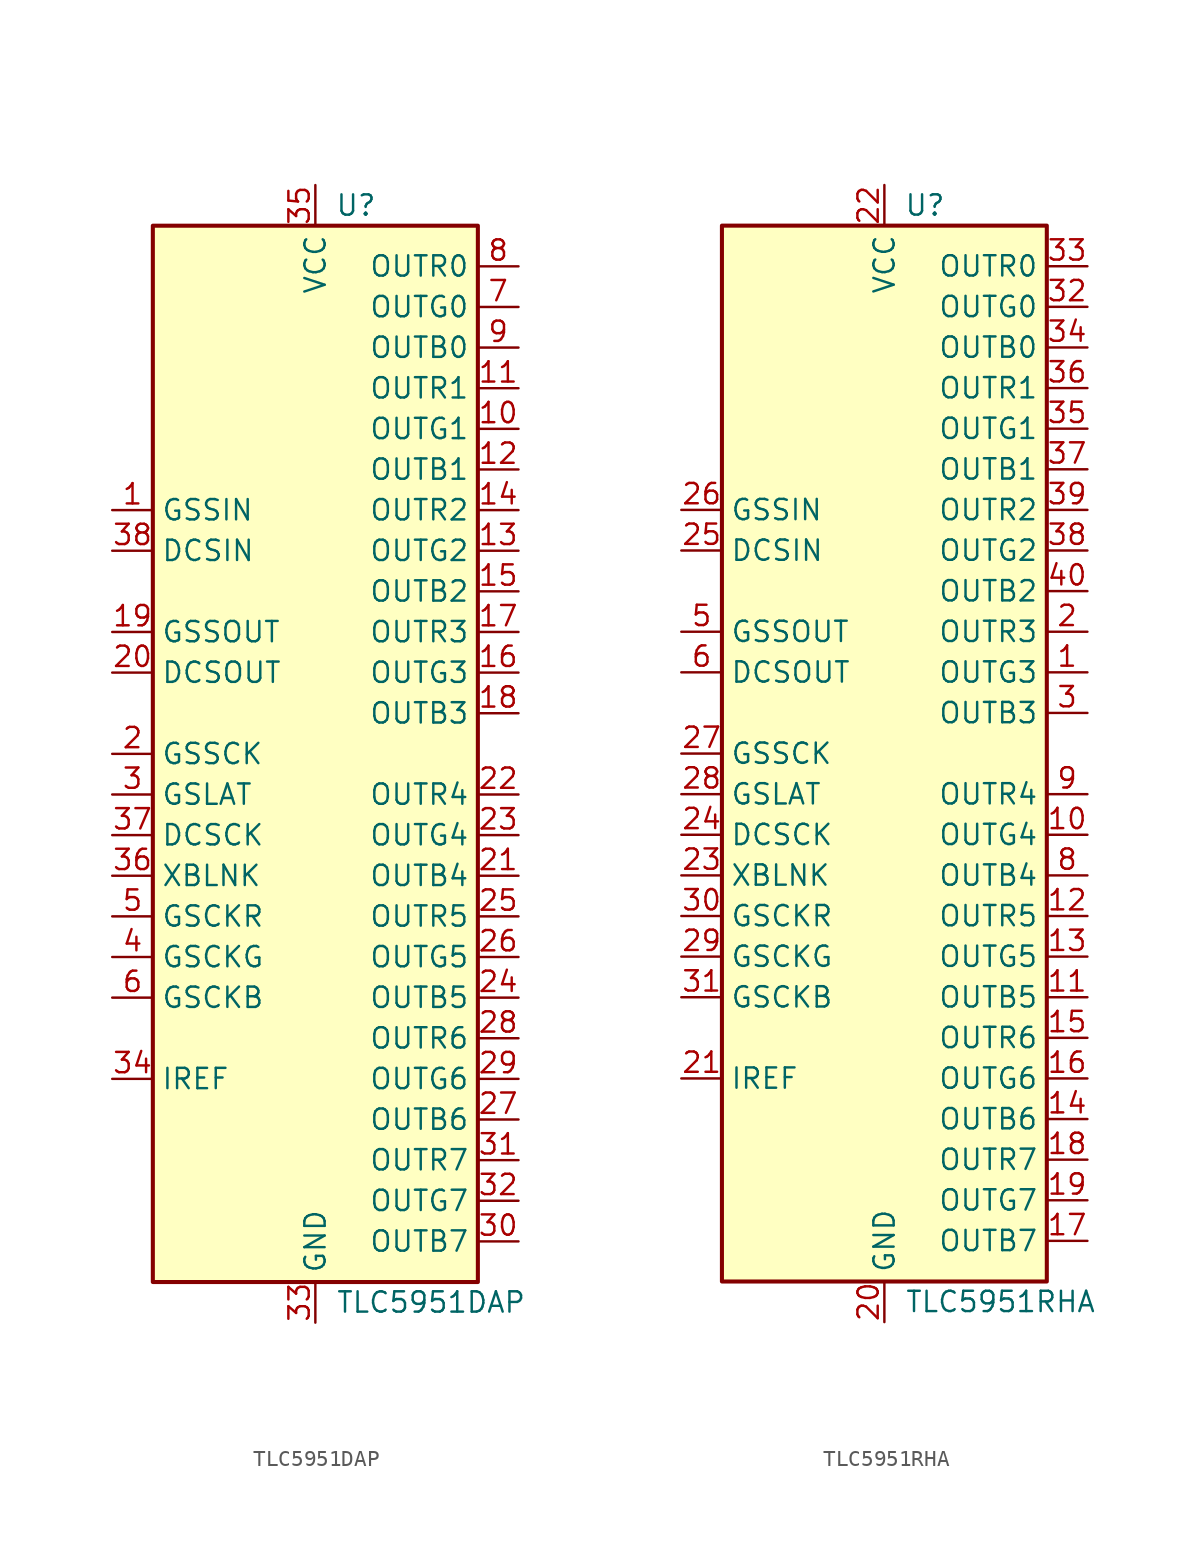
<source format=kicad_sym>
(kicad_symbol_lib
  (version 20211014)
  (generator kicad_symbol_editor)
  (symbol "TLC5951DAP"
    (property "Reference" "U"
      (at 2.54 34.29 0)
      (effects (font (size 1.27 1.27))))
    (property "Value" "TLC5951DAP"
      (at 1.27 -34.29 0)
      (effects (font (size 1.27 1.27)) (justify left)))
    (symbol "TLC5951DAP_0_1"
      (rectangle (start -10.16 33.02) (end 10.16 -33.02) (stroke (width 0.254) (type default) (color 0 0 0 0)) (fill (type background)))
      (pin input line (at -12.7 15.24 0) (length 2.54) (name "GSSIN" (effects (font (size 1.27 1.27)))) (number "1" (effects (font (size 1.27 1.27)))))
      (pin open_collector line (at 12.7 20.32 180) (length 2.54) (name "OUTG1" (effects (font (size 1.27 1.27)))) (number "10" (effects (font (size 1.27 1.27)))))
      (pin open_collector line (at 12.7 22.86 180) (length 2.54) (name "OUTR1" (effects (font (size 1.27 1.27)))) (number "11" (effects (font (size 1.27 1.27)))))
      (pin open_collector line (at 12.7 17.78 180) (length 2.54) (name "OUTB1" (effects (font (size 1.27 1.27)))) (number "12" (effects (font (size 1.27 1.27)))))
      (pin open_collector line (at 12.7 12.7 180) (length 2.54) (name "OUTG2" (effects (font (size 1.27 1.27)))) (number "13" (effects (font (size 1.27 1.27)))))
      (pin open_collector line (at 12.7 15.24 180) (length 2.54) (name "OUTR2" (effects (font (size 1.27 1.27)))) (number "14" (effects (font (size 1.27 1.27)))))
      (pin open_collector line (at 12.7 10.16 180) (length 2.54) (name "OUTB2" (effects (font (size 1.27 1.27)))) (number "15" (effects (font (size 1.27 1.27)))))
      (pin open_collector line (at 12.7 5.08 180) (length 2.54) (name "OUTG3" (effects (font (size 1.27 1.27)))) (number "16" (effects (font (size 1.27 1.27)))))
      (pin open_collector line (at 12.7 7.62 180) (length 2.54) (name "OUTR3" (effects (font (size 1.27 1.27)))) (number "17" (effects (font (size 1.27 1.27)))))
      (pin open_collector line (at 12.7 2.54 180) (length 2.54) (name "OUTB3" (effects (font (size 1.27 1.27)))) (number "18" (effects (font (size 1.27 1.27)))))
      (pin input line (at -12.7 0 0) (length 2.54) (name "GSSCK" (effects (font (size 1.27 1.27)))) (number "2" (effects (font (size 1.27 1.27)))))
      (pin open_collector line (at 12.7 -7.62 180) (length 2.54) (name "OUTB4" (effects (font (size 1.27 1.27)))) (number "21" (effects (font (size 1.27 1.27)))))
      (pin open_collector line (at 12.7 -2.54 180) (length 2.54) (name "OUTR4" (effects (font (size 1.27 1.27)))) (number "22" (effects (font (size 1.27 1.27)))))
      (pin open_collector line (at 12.7 -5.08 180) (length 2.54) (name "OUTG4" (effects (font (size 1.27 1.27)))) (number "23" (effects (font (size 1.27 1.27)))))
      (pin open_collector line (at 12.7 -15.24 180) (length 2.54) (name "OUTB5" (effects (font (size 1.27 1.27)))) (number "24" (effects (font (size 1.27 1.27)))))
      (pin open_collector line (at 12.7 -10.16 180) (length 2.54) (name "OUTR5" (effects (font (size 1.27 1.27)))) (number "25" (effects (font (size 1.27 1.27)))))
      (pin open_collector line (at 12.7 -12.7 180) (length 2.54) (name "OUTG5" (effects (font (size 1.27 1.27)))) (number "26" (effects (font (size 1.27 1.27)))))
      (pin open_collector line (at 12.7 -22.86 180) (length 2.54) (name "OUTB6" (effects (font (size 1.27 1.27)))) (number "27" (effects (font (size 1.27 1.27)))))
      (pin open_collector line (at 12.7 -17.78 180) (length 2.54) (name "OUTR6" (effects (font (size 1.27 1.27)))) (number "28" (effects (font (size 1.27 1.27)))))
      (pin open_collector line (at 12.7 -20.32 180) (length 2.54) (name "OUTG6" (effects (font (size 1.27 1.27)))) (number "29" (effects (font (size 1.27 1.27)))))
      (pin input line (at -12.7 -2.54 0) (length 2.54) (name "GSLAT" (effects (font (size 1.27 1.27)))) (number "3" (effects (font (size 1.27 1.27)))))
      (pin open_collector line (at 12.7 -30.48 180) (length 2.54) (name "OUTB7" (effects (font (size 1.27 1.27)))) (number "30" (effects (font (size 1.27 1.27)))))
      (pin open_collector line (at 12.7 -25.4 180) (length 2.54) (name "OUTR7" (effects (font (size 1.27 1.27)))) (number "31" (effects (font (size 1.27 1.27)))))
      (pin open_collector line (at 12.7 -27.94 180) (length 2.54) (name "OUTG7" (effects (font (size 1.27 1.27)))) (number "32" (effects (font (size 1.27 1.27)))))
      (pin power_in line (at 0 -35.56 90) (length 2.54) (name "GND" (effects (font (size 1.27 1.27)))) (number "33" (effects (font (size 1.27 1.27)))))
      (pin passive line (at -12.7 -20.32 0) (length 2.54) (name "IREF" (effects (font (size 1.27 1.27)))) (number "34" (effects (font (size 1.27 1.27)))))
      (pin power_in line (at 0 35.56 270) (length 2.54) (name "VCC" (effects (font (size 1.27 1.27)))) (number "35" (effects (font (size 1.27 1.27)))))
      (pin input line (at -12.7 -7.62 0) (length 2.54) (name "XBLNK" (effects (font (size 1.27 1.27)))) (number "36" (effects (font (size 1.27 1.27)))))
      (pin input line (at -12.7 -5.08 0) (length 2.54) (name "DCSCK" (effects (font (size 1.27 1.27)))) (number "37" (effects (font (size 1.27 1.27)))))
      (pin input line (at -12.7 12.7 0) (length 2.54) (name "DCSIN" (effects (font (size 1.27 1.27)))) (number "38" (effects (font (size 1.27 1.27)))))
      (pin passive line (at 0 -35.56 90) (length 2.54) hide (name "GND" (effects (font (size 1.27 1.27)))) (number "39" (effects (font (size 1.27 1.27)))))
      (pin input line (at -12.7 -12.7 0) (length 2.54) (name "GSCKG" (effects (font (size 1.27 1.27)))) (number "4" (effects (font (size 1.27 1.27)))))
      (pin input line (at -12.7 -10.16 0) (length 2.54) (name "GSCKR" (effects (font (size 1.27 1.27)))) (number "5" (effects (font (size 1.27 1.27)))))
      (pin input line (at -12.7 -15.24 0) (length 2.54) (name "GSCKB" (effects (font (size 1.27 1.27)))) (number "6" (effects (font (size 1.27 1.27)))))
      (pin open_collector line (at 12.7 27.94 180) (length 2.54) (name "OUTG0" (effects (font (size 1.27 1.27)))) (number "7" (effects (font (size 1.27 1.27)))))
      (pin open_collector line (at 12.7 30.48 180) (length 2.54) (name "OUTR0" (effects (font (size 1.27 1.27)))) (number "8" (effects (font (size 1.27 1.27)))))
      (pin open_collector line (at 12.7 25.4 180) (length 2.54) (name "OUTB0" (effects (font (size 1.27 1.27)))) (number "9" (effects (font (size 1.27 1.27))))))
    (symbol "TLC5951DAP_1_1"
      (pin output line (at -12.7 7.62 0) (length 2.54) (name "GSSOUT" (effects (font (size 1.27 1.27)))) (number "19" (effects (font (size 1.27 1.27)))))
      (pin output line (at -12.7 5.08 0) (length 2.54) (name "DCSOUT" (effects (font (size 1.27 1.27)))) (number "20" (effects (font (size 1.27 1.27)))))))
  (symbol "TLC5951RHA"
    (property "Reference" "U"
      (at 2.54 34.29 0)
      (effects (font (size 1.27 1.27))))
    (property "Value" "TLC5951RHA"
      (at 1.27 -34.29 0)
      (effects (font (size 1.27 1.27)) (justify left)))
    (symbol "TLC5951RHA_0_1"
      (rectangle (start -10.16 33.02) (end 10.16 -33.02) (stroke (width 0.254) (type default) (color 0 0 0 0)) (fill (type background)))
      (pin open_collector line (at 12.7 5.08 180) (length 2.54) (name "OUTG3" (effects (font (size 1.27 1.27)))) (number "1" (effects (font (size 1.27 1.27)))))
      (pin open_collector line (at 12.7 -5.08 180) (length 2.54) (name "OUTG4" (effects (font (size 1.27 1.27)))) (number "10" (effects (font (size 1.27 1.27)))))
      (pin open_collector line (at 12.7 -15.24 180) (length 2.54) (name "OUTB5" (effects (font (size 1.27 1.27)))) (number "11" (effects (font (size 1.27 1.27)))))
      (pin open_collector line (at 12.7 -10.16 180) (length 2.54) (name "OUTR5" (effects (font (size 1.27 1.27)))) (number "12" (effects (font (size 1.27 1.27)))))
      (pin open_collector line (at 12.7 -12.7 180) (length 2.54) (name "OUTG5" (effects (font (size 1.27 1.27)))) (number "13" (effects (font (size 1.27 1.27)))))
      (pin open_collector line (at 12.7 -22.86 180) (length 2.54) (name "OUTB6" (effects (font (size 1.27 1.27)))) (number "14" (effects (font (size 1.27 1.27)))))
      (pin open_collector line (at 12.7 -17.78 180) (length 2.54) (name "OUTR6" (effects (font (size 1.27 1.27)))) (number "15" (effects (font (size 1.27 1.27)))))
      (pin open_collector line (at 12.7 -20.32 180) (length 2.54) (name "OUTG6" (effects (font (size 1.27 1.27)))) (number "16" (effects (font (size 1.27 1.27)))))
      (pin open_collector line (at 12.7 -30.48 180) (length 2.54) (name "OUTB7" (effects (font (size 1.27 1.27)))) (number "17" (effects (font (size 1.27 1.27)))))
      (pin open_collector line (at 12.7 -25.4 180) (length 2.54) (name "OUTR7" (effects (font (size 1.27 1.27)))) (number "18" (effects (font (size 1.27 1.27)))))
      (pin open_collector line (at 12.7 -27.94 180) (length 2.54) (name "OUTG7" (effects (font (size 1.27 1.27)))) (number "19" (effects (font (size 1.27 1.27)))))
      (pin open_collector line (at 12.7 7.62 180) (length 2.54) (name "OUTR3" (effects (font (size 1.27 1.27)))) (number "2" (effects (font (size 1.27 1.27)))))
      (pin power_in line (at 0 -35.56 90) (length 2.54) (name "GND" (effects (font (size 1.27 1.27)))) (number "20" (effects (font (size 1.27 1.27)))))
      (pin passive line (at -12.7 -20.32 0) (length 2.54) (name "IREF" (effects (font (size 1.27 1.27)))) (number "21" (effects (font (size 1.27 1.27)))))
      (pin power_in line (at 0 35.56 270) (length 2.54) (name "VCC" (effects (font (size 1.27 1.27)))) (number "22" (effects (font (size 1.27 1.27)))))
      (pin input line (at -12.7 -7.62 0) (length 2.54) (name "XBLNK" (effects (font (size 1.27 1.27)))) (number "23" (effects (font (size 1.27 1.27)))))
      (pin input line (at -12.7 -5.08 0) (length 2.54) (name "DCSCK" (effects (font (size 1.27 1.27)))) (number "24" (effects (font (size 1.27 1.27)))))
      (pin input line (at -12.7 12.7 0) (length 2.54) (name "DCSIN" (effects (font (size 1.27 1.27)))) (number "25" (effects (font (size 1.27 1.27)))))
      (pin input line (at -12.7 15.24 0) (length 2.54) (name "GSSIN" (effects (font (size 1.27 1.27)))) (number "26" (effects (font (size 1.27 1.27)))))
      (pin input line (at -12.7 0 0) (length 2.54) (name "GSSCK" (effects (font (size 1.27 1.27)))) (number "27" (effects (font (size 1.27 1.27)))))
      (pin input line (at -12.7 -2.54 0) (length 2.54) (name "GSLAT" (effects (font (size 1.27 1.27)))) (number "28" (effects (font (size 1.27 1.27)))))
      (pin input line (at -12.7 -12.7 0) (length 2.54) (name "GSCKG" (effects (font (size 1.27 1.27)))) (number "29" (effects (font (size 1.27 1.27)))))
      (pin open_collector line (at 12.7 2.54 180) (length 2.54) (name "OUTB3" (effects (font (size 1.27 1.27)))) (number "3" (effects (font (size 1.27 1.27)))))
      (pin input line (at -12.7 -10.16 0) (length 2.54) (name "GSCKR" (effects (font (size 1.27 1.27)))) (number "30" (effects (font (size 1.27 1.27)))))
      (pin input line (at -12.7 -15.24 0) (length 2.54) (name "GSCKB" (effects (font (size 1.27 1.27)))) (number "31" (effects (font (size 1.27 1.27)))))
      (pin open_collector line (at 12.7 27.94 180) (length 2.54) (name "OUTG0" (effects (font (size 1.27 1.27)))) (number "32" (effects (font (size 1.27 1.27)))))
      (pin open_collector line (at 12.7 30.48 180) (length 2.54) (name "OUTR0" (effects (font (size 1.27 1.27)))) (number "33" (effects (font (size 1.27 1.27)))))
      (pin open_collector line (at 12.7 25.4 180) (length 2.54) (name "OUTB0" (effects (font (size 1.27 1.27)))) (number "34" (effects (font (size 1.27 1.27)))))
      (pin open_collector line (at 12.7 20.32 180) (length 2.54) (name "OUTG1" (effects (font (size 1.27 1.27)))) (number "35" (effects (font (size 1.27 1.27)))))
      (pin open_collector line (at 12.7 22.86 180) (length 2.54) (name "OUTR1" (effects (font (size 1.27 1.27)))) (number "36" (effects (font (size 1.27 1.27)))))
      (pin open_collector line (at 12.7 17.78 180) (length 2.54) (name "OUTB1" (effects (font (size 1.27 1.27)))) (number "37" (effects (font (size 1.27 1.27)))))
      (pin open_collector line (at 12.7 12.7 180) (length 2.54) (name "OUTG2" (effects (font (size 1.27 1.27)))) (number "38" (effects (font (size 1.27 1.27)))))
      (pin open_collector line (at 12.7 15.24 180) (length 2.54) (name "OUTR2" (effects (font (size 1.27 1.27)))) (number "39" (effects (font (size 1.27 1.27)))))
      (pin no_connect line (at -10.16 -22.86 0) (length 2.54) hide (name "NC" (effects (font (size 1.27 1.27)))) (number "4" (effects (font (size 1.27 1.27)))))
      (pin open_collector line (at 12.7 10.16 180) (length 2.54) (name "OUTB2" (effects (font (size 1.27 1.27)))) (number "40" (effects (font (size 1.27 1.27)))))
      (pin passive line (at 0 -35.56 90) (length 2.54) hide (name "GND" (effects (font (size 1.27 1.27)))) (number "41" (effects (font (size 1.27 1.27)))))
      (pin no_connect line (at -10.16 -25.4 0) (length 2.54) hide (name "NC" (effects (font (size 1.27 1.27)))) (number "7" (effects (font (size 1.27 1.27)))))
      (pin open_collector line (at 12.7 -7.62 180) (length 2.54) (name "OUTB4" (effects (font (size 1.27 1.27)))) (number "8" (effects (font (size 1.27 1.27)))))
      (pin open_collector line (at 12.7 -2.54 180) (length 2.54) (name "OUTR4" (effects (font (size 1.27 1.27)))) (number "9" (effects (font (size 1.27 1.27))))))
    (symbol "TLC5951RHA_1_1"
      (pin output line (at -12.7 7.62 0) (length 2.54) (name "GSSOUT" (effects (font (size 1.27 1.27)))) (number "5" (effects (font (size 1.27 1.27)))))
      (pin output line (at -12.7 5.08 0) (length 2.54) (name "DCSOUT" (effects (font (size 1.27 1.27)))) (number "6" (effects (font (size 1.27 1.27))))))))
</source>
